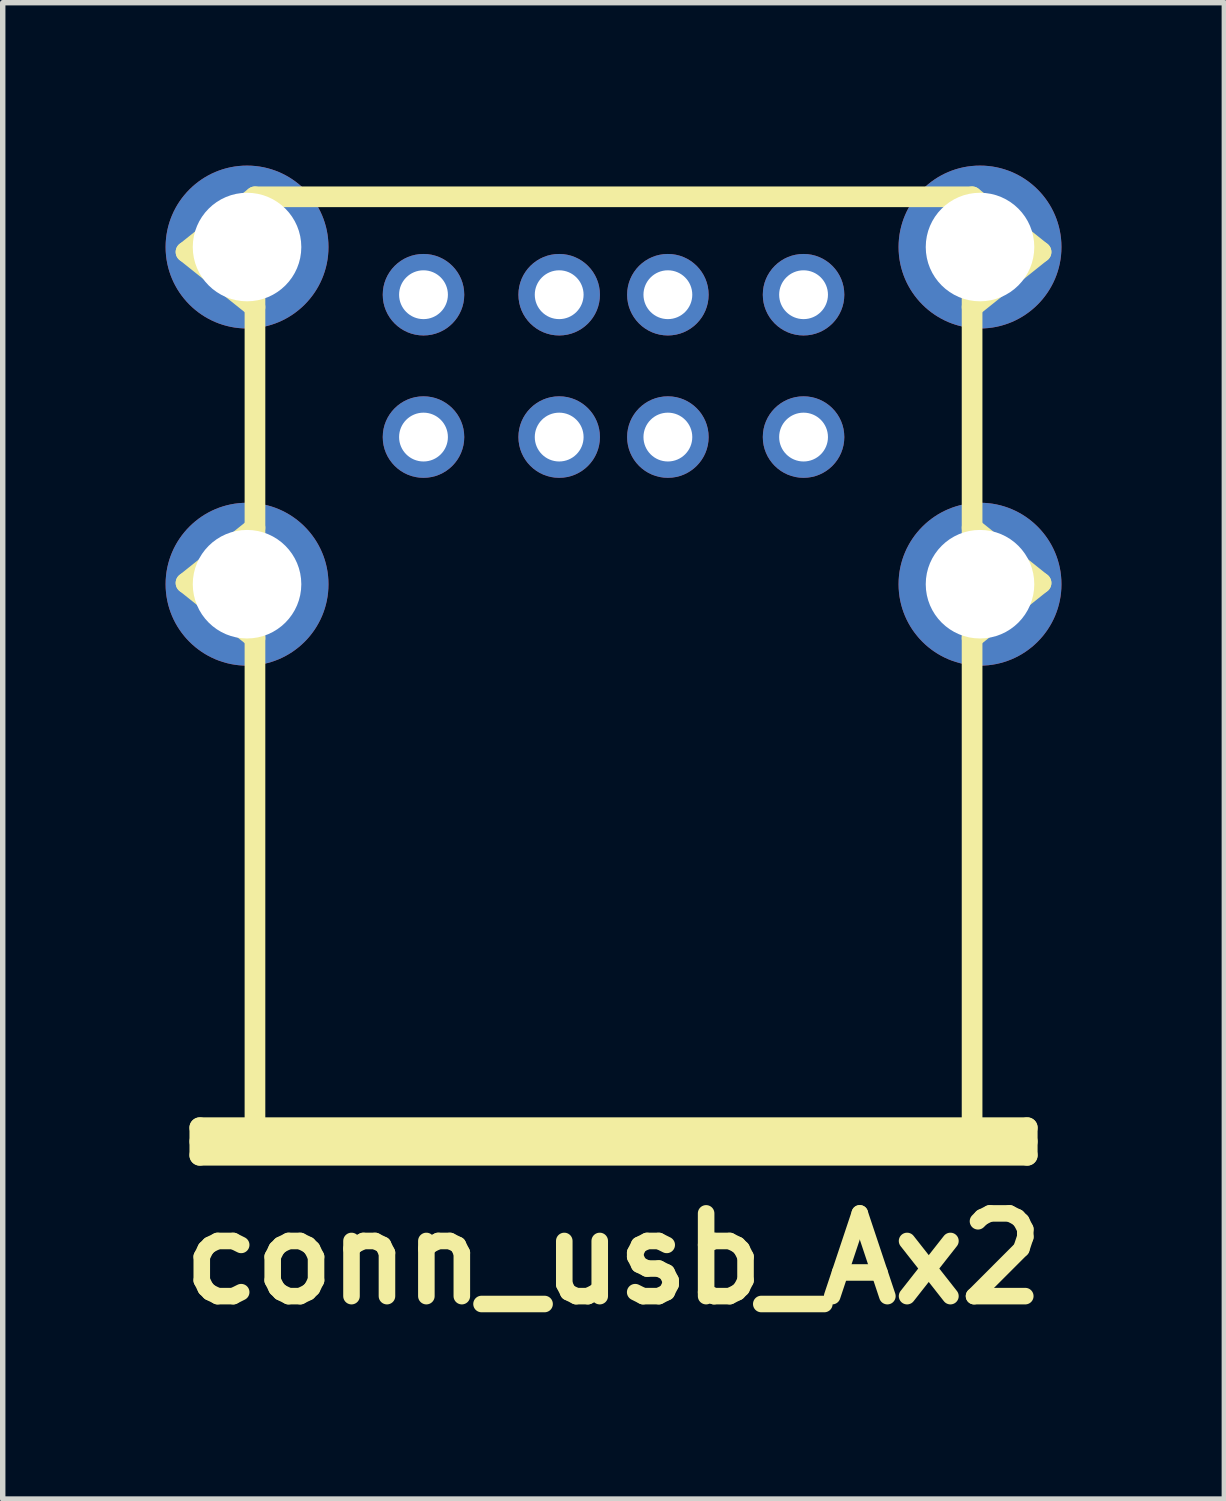
<source format=kicad_pcb>
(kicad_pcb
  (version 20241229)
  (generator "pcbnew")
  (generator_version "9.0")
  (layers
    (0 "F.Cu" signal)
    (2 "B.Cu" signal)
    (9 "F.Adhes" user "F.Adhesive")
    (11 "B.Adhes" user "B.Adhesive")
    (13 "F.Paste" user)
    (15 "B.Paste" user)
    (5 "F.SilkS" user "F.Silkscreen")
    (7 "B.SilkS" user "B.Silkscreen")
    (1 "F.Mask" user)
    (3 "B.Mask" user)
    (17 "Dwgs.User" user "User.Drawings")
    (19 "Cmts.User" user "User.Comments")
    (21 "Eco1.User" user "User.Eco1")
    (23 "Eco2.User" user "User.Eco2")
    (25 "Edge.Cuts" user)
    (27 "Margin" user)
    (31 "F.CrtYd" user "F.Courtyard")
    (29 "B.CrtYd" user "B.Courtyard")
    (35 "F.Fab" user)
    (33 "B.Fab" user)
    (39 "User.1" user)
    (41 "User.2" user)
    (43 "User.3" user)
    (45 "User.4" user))
  (footprint "conn_usb_Ax2"
    (layer "F.Cu")
    (at 8.25 9.465)
    (property "Reference" "conn_usb_Ax2" (at 0 10.668 0) (layer "F.SilkS") (effects (font (size 1.524 1.524) (thickness 0.305))))
    (attr through_hole)
    (fp_line (start -7.874 -7.874) (end -6.604 -6.858) (stroke (width 0.381) (type solid)) (layer "F.SilkS"))
    (fp_line (start -7.874 -1.778) (end -6.604 -0.762) (stroke (width 0.381) (type solid)) (layer "F.SilkS"))
    (fp_line (start -7.62 8.255) (end -7.62 8.763) (stroke (width 0.381) (type solid)) (layer "F.SilkS"))
    (fp_line (start -7.62 8.255) (end 7.62 8.255) (stroke (width 0.381) (type solid)) (layer "F.SilkS"))
    (fp_line (start -7.62 8.509) (end 7.62 8.509) (stroke (width 0.381) (type solid)) (layer "F.SilkS"))
    (fp_line (start -6.604 -8.89) (end -7.874 -7.874) (stroke (width 0.381) (type solid)) (layer "F.SilkS"))
    (fp_line (start -6.604 -8.636) (end -6.604 8.636) (stroke (width 0.381) (type solid)) (layer "F.SilkS"))
    (fp_line (start -6.604 -2.794) (end -7.874 -1.778) (stroke (width 0.381) (type solid)) (layer "F.SilkS"))
    (fp_line (start 6.604 -8.89) (end -6.604 -8.89) (stroke (width 0.381) (type solid)) (layer "F.SilkS"))
    (fp_line (start 6.604 -8.89) (end 7.874 -7.874) (stroke (width 0.381) (type solid)) (layer "F.SilkS"))
    (fp_line (start 6.604 -2.794) (end 7.874 -1.778) (stroke (width 0.381) (type solid)) (layer "F.SilkS"))
    (fp_line (start 6.604 8.636) (end 6.604 -8.636) (stroke (width 0.381) (type solid)) (layer "F.SilkS"))
    (fp_line (start 7.62 8.255) (end 7.62 8.763) (stroke (width 0.381) (type solid)) (layer "F.SilkS"))
    (fp_line (start 7.62 8.763) (end -7.62 8.763) (stroke (width 0.381) (type solid)) (layer "F.SilkS"))
    (fp_line (start 7.874 -7.874) (end 6.604 -6.858) (stroke (width 0.381) (type solid)) (layer "F.SilkS"))
    (fp_line (start 7.874 -1.778) (end 6.604 -0.762) (stroke (width 0.381) (type solid)) (layer "F.SilkS"))
    (pad "1" thru_hole circle (at -3.5 -4.465) (size 1.501 1.501) (drill 0.899) (layers "*.Cu" "*.Mask"))
    (pad "2" thru_hole circle (at -1.001 -4.465) (size 1.501 1.501) (drill 0.899) (layers "*.Cu" "*.Mask"))
    (pad "3" thru_hole circle (at 1.001 -4.465) (size 1.501 1.501) (drill 0.899) (layers "*.Cu" "*.Mask"))
    (pad "4" thru_hole circle (at 3.5 -4.465) (size 1.501 1.501) (drill 0.899) (layers "*.Cu" "*.Mask"))
    (pad "5" thru_hole circle (at -3.5 -7.087) (size 1.501 1.501) (drill 0.899) (layers "*.Cu" "*.Mask"))
    (pad "6" thru_hole circle (at -1.001 -7.087) (size 1.501 1.501) (drill 0.899) (layers "*.Cu" "*.Mask"))
    (pad "7" thru_hole circle (at 1.001 -7.087) (size 1.501 1.501) (drill 0.899) (layers "*.Cu" "*.Mask"))
    (pad "8" thru_hole circle (at 3.5 -7.087) (size 1.501 1.501) (drill 0.899) (layers "*.Cu" "*.Mask"))
    (pad "9" thru_hole circle (at -6.75 -7.965) (size 3 3) (drill 1.999) (layers "*.Cu" "*.Mask"))
    (pad "9" thru_hole circle (at -6.75 -1.755) (size 3 3) (drill 1.999) (layers "*.Cu" "*.Mask"))
    (pad "9" thru_hole circle (at 6.75 -7.965) (size 3 3) (drill 1.999) (layers "*.Cu" "*.Mask"))
    (pad "9" thru_hole circle (at 6.75 -1.755) (size 3 3) (drill 1.999) (layers "*.Cu" "*.Mask")))
  (gr_rect
    (start -3 -3)
    (end 19.5 24.56)
    (stroke (width 0.1) (type default))
    (fill no)
    (layer "Edge.Cuts")))
</source>
